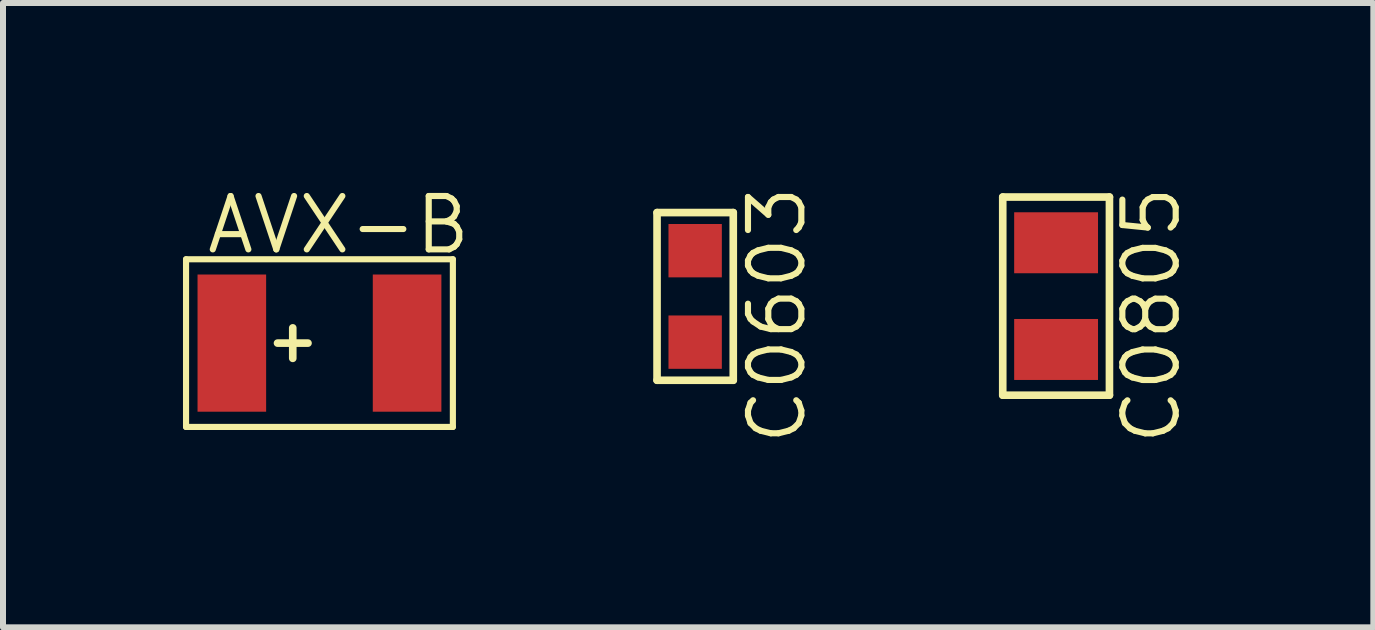
<source format=kicad_pcb>
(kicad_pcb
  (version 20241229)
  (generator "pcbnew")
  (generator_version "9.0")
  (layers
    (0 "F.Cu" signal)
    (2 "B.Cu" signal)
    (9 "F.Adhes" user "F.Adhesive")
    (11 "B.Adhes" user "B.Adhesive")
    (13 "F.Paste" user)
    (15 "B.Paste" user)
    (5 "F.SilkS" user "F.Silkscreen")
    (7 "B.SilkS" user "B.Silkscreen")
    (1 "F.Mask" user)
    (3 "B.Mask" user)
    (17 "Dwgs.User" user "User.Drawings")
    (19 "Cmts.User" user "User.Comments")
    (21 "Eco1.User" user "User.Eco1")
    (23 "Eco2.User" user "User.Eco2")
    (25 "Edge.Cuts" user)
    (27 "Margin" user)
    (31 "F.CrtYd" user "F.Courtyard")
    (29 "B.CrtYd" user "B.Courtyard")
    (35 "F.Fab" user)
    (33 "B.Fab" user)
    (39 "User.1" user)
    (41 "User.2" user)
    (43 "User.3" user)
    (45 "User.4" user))
  (footprint "C0603"
    (layer "F.Cu")
    (at 8.533 1.889)
    (property "Reference" "C0603" (at 1.363 0.312 270) (layer "F.SilkS") (effects (font (size 0.889 0.889) (thickness 0.102))))
    (attr smd)
    (fp_line (start -0.635 -1.397) (end 0.635 -1.397) (stroke (width 0.127) (type solid)) (layer "F.SilkS"))
    (fp_line (start -0.635 1.397) (end -0.635 -1.397) (stroke (width 0.127) (type solid)) (layer "F.SilkS"))
    (fp_line (start 0.635 -1.397) (end 0.635 1.397) (stroke (width 0.127) (type solid)) (layer "F.SilkS"))
    (fp_line (start 0.635 1.397) (end -0.635 1.397) (stroke (width 0.127) (type solid)) (layer "F.SilkS"))
    (pad "1" smd rect (at 0 -0.762 270) (size 0.889 0.889) (layers "F.Cu" "F.Mask" "F.Paste"))
    (pad "2" smd rect (at 0 0.762 270) (size 0.889 0.889) (layers "F.Cu" "F.Mask" "F.Paste")))
  (footprint "C0805"
    (layer "F.Cu")
    (at 14.547 1.884)
    (property "Reference" "C0805" (at 1.587 0.318 270) (layer "F.SilkS") (effects (font (size 0.889 0.889) (thickness 0.102))))
    (attr smd)
    (fp_line (start -0.889 -1.651) (end 0.889 -1.651) (stroke (width 0.127) (type solid)) (layer "F.SilkS"))
    (fp_line (start -0.889 1.651) (end -0.889 -1.651) (stroke (width 0.127) (type solid)) (layer "F.SilkS"))
    (fp_line (start 0.889 -1.651) (end 0.889 1.651) (stroke (width 0.127) (type solid)) (layer "F.SilkS"))
    (fp_line (start 0.889 1.651) (end -0.889 1.651) (stroke (width 0.127) (type solid)) (layer "F.SilkS"))
    (pad "1" smd rect (at 0 -0.889 270) (size 1.016 1.397) (layers "F.Cu" "F.Mask" "F.Paste"))
    (pad "2" smd rect (at 0 0.889 270) (size 1.016 1.397) (layers "F.Cu" "F.Mask" "F.Paste")))
  (footprint "AVX-B"
    (layer "F.Cu")
    (at 2.273 2.667)
    (property "Reference" "AVX-B" (at 0.318 -1.968 0) (layer "F.SilkS") (effects (font (size 0.889 0.889) (thickness 0.102))))
    (attr smd)
    (fp_line (start -2.223 -1.397) (end 2.223 -1.397) (stroke (width 0.066) (type solid)) (layer "F.SilkS"))
    (fp_line (start -2.223 -1.397) (end 2.223 -1.397) (stroke (width 0.102) (type solid)) (layer "F.SilkS"))
    (fp_line (start -2.223 1.397) (end -2.223 -1.397) (stroke (width 0.066) (type solid)) (layer "F.SilkS"))
    (fp_line (start -2.223 1.397) (end -2.223 -1.397) (stroke (width 0.102) (type solid)) (layer "F.SilkS"))
    (fp_line (start -2.223 1.397) (end 2.223 1.397) (stroke (width 0.066) (type solid)) (layer "F.SilkS"))
    (fp_line (start -0.699 0) (end -0.191 0) (stroke (width 0.127) (type solid)) (layer "F.SilkS"))
    (fp_line (start -0.445 0.254) (end -0.445 -0.254) (stroke (width 0.127) (type solid)) (layer "F.SilkS"))
    (fp_line (start 2.223 -1.397) (end 2.223 1.397) (stroke (width 0.102) (type solid)) (layer "F.SilkS"))
    (fp_line (start 2.223 1.397) (end -2.223 1.397) (stroke (width 0.102) (type solid)) (layer "F.SilkS"))
    (fp_line (start 2.223 1.397) (end 2.223 -1.397) (stroke (width 0.066) (type solid)) (layer "F.SilkS"))
    (pad "1" smd rect (at -1.46 0) (size 1.143 2.286) (layers "F.Cu" "F.Mask" "F.Paste"))
    (pad "2" smd rect (at 1.46 0 180) (size 1.143 2.286) (layers "F.Cu" "F.Mask" "F.Paste")))
  (gr_rect
    (start -3 -3)
    (end 19.833 7.403)
    (stroke (width 0.1) (type default))
    (fill no)
    (layer "Edge.Cuts")))
</source>
